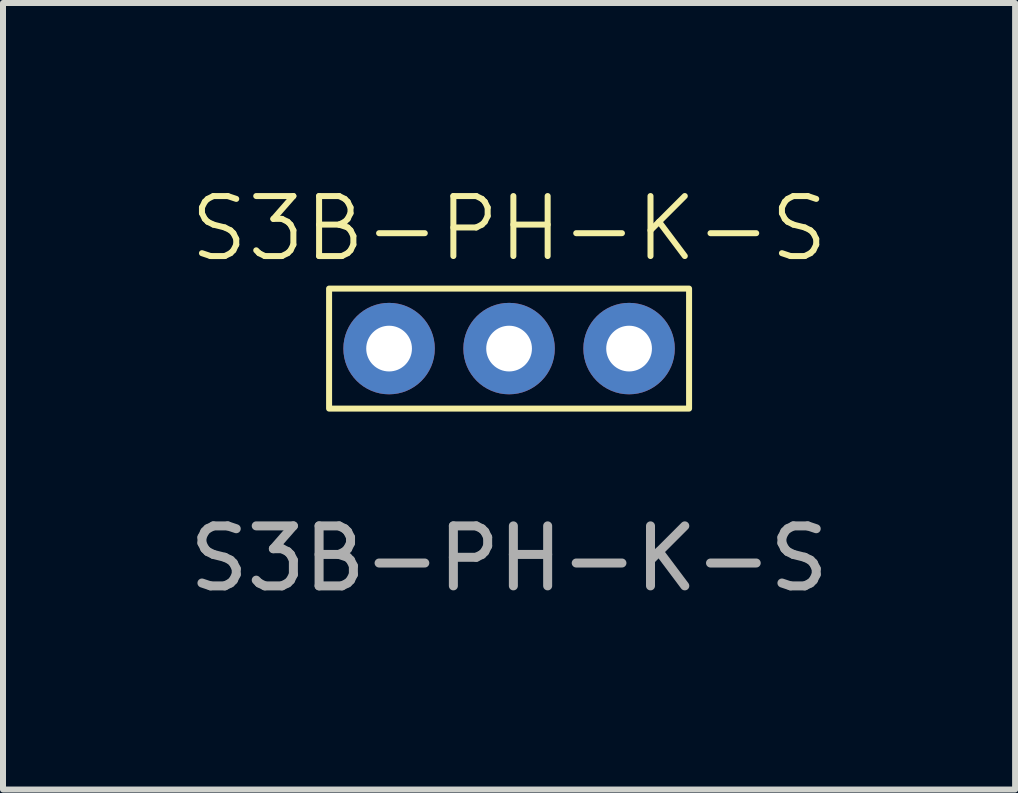
<source format=kicad_pcb>
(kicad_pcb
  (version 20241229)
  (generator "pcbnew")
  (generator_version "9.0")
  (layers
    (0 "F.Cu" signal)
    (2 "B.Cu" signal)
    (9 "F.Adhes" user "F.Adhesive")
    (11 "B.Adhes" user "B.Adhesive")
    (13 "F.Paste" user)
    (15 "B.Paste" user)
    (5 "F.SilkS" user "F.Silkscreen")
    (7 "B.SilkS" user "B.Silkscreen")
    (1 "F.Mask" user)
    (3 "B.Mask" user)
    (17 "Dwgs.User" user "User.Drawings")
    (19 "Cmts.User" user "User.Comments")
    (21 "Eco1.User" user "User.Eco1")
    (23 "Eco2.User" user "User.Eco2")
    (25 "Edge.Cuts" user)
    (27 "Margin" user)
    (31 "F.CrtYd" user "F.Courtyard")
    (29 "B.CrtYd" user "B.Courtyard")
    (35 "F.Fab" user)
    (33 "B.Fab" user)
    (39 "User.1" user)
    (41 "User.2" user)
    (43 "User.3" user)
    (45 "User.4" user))
  (footprint "S3B-PH-K-S"
    (layer "F.Cu")
    (at 5.435 2.76)
    (property "Reference" "S3B-PH-K-S" (at 0 -2 0) (unlocked yes) (layer "F.SilkS") (effects (font (size 1 1) (thickness 0.1))))
    (attr through_hole)
    (fp_rect (start -3 -1) (end 3 1) (stroke (width 0.1) (type default)) (fill no) (layer "F.SilkS"))
    (fp_text user "${REFERENCE}" (at 0 3.5 0) (unlocked yes) (layer "F.Fab") (effects (font (size 1 1) (thickness 0.15))))
    (pad "1" thru_hole circle (at -2 0) (size 1.524 1.524) (drill 0.762) (layers "*.Cu" "*.Mask"))
    (pad "2" thru_hole circle (at 0 0) (size 1.524 1.524) (drill 0.762) (layers "*.Cu" "*.Mask"))
    (pad "3" thru_hole circle (at 2 0) (size 1.524 1.524) (drill 0.762) (layers "*.Cu" "*.Mask")))
  (gr_rect
    (start -3 -3)
    (end 13.869 10.109)
    (stroke (width 0.1) (type default))
    (fill no)
    (layer "Edge.Cuts")))
</source>
